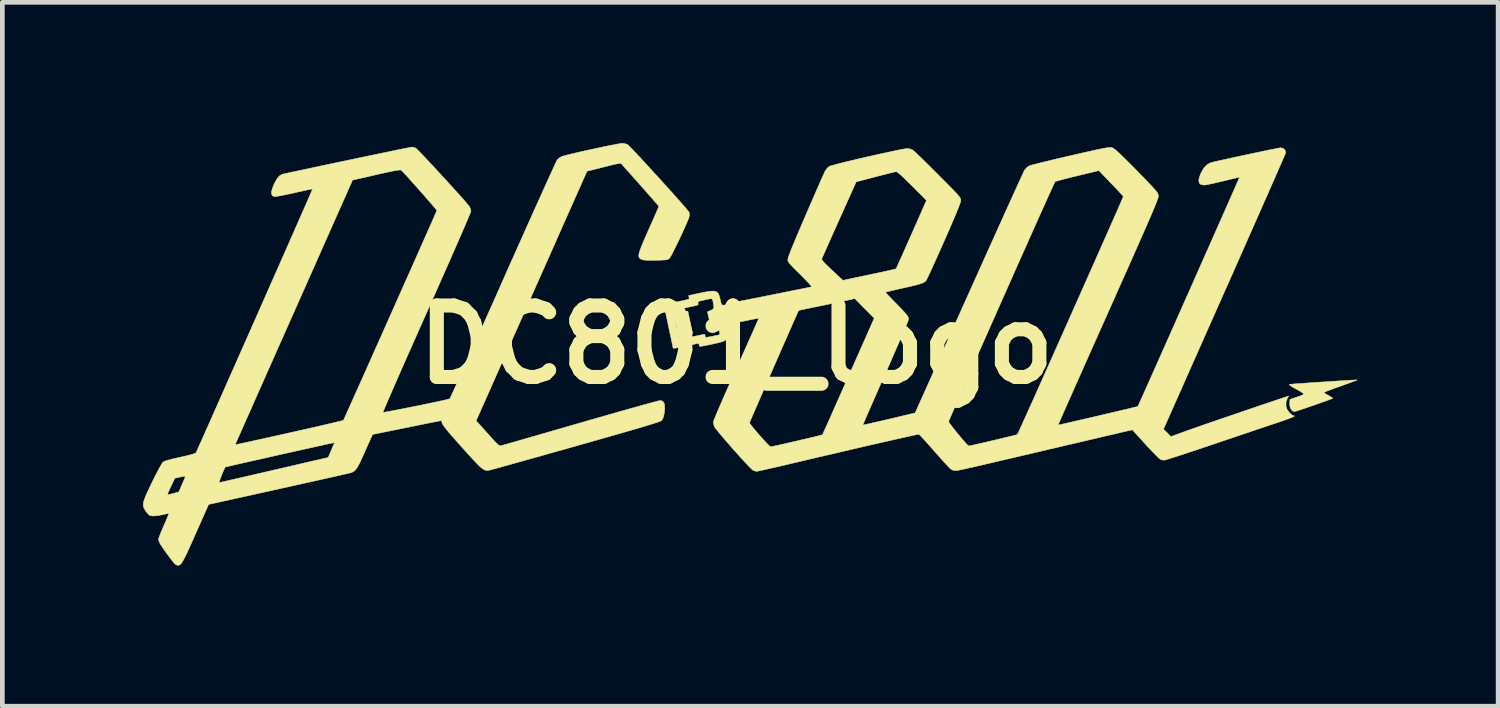
<source format=kicad_pcb>
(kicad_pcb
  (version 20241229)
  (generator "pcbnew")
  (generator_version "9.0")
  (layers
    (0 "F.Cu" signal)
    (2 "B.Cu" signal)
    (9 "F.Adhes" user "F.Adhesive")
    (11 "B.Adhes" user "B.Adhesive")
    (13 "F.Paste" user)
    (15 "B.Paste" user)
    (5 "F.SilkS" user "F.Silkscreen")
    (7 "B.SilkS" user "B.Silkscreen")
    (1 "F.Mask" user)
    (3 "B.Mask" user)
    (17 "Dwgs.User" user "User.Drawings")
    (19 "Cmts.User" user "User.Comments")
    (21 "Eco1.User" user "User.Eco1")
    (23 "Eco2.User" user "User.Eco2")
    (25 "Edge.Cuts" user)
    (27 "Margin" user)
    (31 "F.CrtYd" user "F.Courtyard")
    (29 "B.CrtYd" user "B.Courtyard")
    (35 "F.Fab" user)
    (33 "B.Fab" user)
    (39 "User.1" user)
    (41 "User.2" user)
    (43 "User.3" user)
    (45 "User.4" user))
  (footprint "DC801_logo"
    (layer "F.Cu")
    (at 12.649 4.297)
    (property "Reference" "DC801_logo" (at 0 0 0) (layer "F.SilkS") (effects (font (size 1.524 1.524) (thickness 0.3))))
    (attr through_hole)
    (fp_poly (pts (xy -1.033 -0.708) (xy -1.03 -0.691) (xy -1.021 -0.648) (xy -1.008 -0.585) (xy -0.992 -0.509) (xy -0.985 -0.477) (xy -0.969 -0.397) (xy -0.954 -0.329) (xy -0.944 -0.278) (xy -0.938 -0.251) (xy -0.938 -0.248) (xy -0.951 -0.241) (xy -0.977 -0.235) (xy -0.998 -0.233) (xy -1.012 -0.242) (xy -1.024 -0.268) (xy -1.036 -0.318) (xy -1.039 -0.332) (xy -1.064 -0.446) (xy -1.083 -0.532) (xy -1.096 -0.595) (xy -1.104 -0.639) (xy -1.108 -0.668) (xy -1.107 -0.685) (xy -1.104 -0.694) (xy -1.097 -0.699) (xy -1.095 -0.701) (xy -1.066 -0.713) (xy -1.041 -0.714) (xy -1.033 -0.708)) (stroke (width 0.01) (type solid)) (fill yes) (layer "F.SilkS"))
    (fp_poly (pts (xy 13.222 0.759) (xy 13.184 0.774) (xy 13.123 0.797) (xy 13.044 0.826) (xy 12.952 0.859) (xy 12.883 0.884) (xy 12.783 0.919) (xy 12.694 0.952) (xy 12.619 0.98) (xy 12.564 1.002) (xy 12.532 1.016) (xy 12.525 1.02) (xy 12.538 1.033) (xy 12.572 1.055) (xy 12.619 1.083) (xy 12.621 1.083) (xy 12.668 1.111) (xy 12.702 1.132) (xy 12.716 1.144) (xy 12.716 1.144) (xy 12.702 1.151) (xy 12.662 1.166) (xy 12.601 1.189) (xy 12.525 1.216) (xy 12.438 1.247) (xy 12.344 1.28) (xy 12.248 1.313) (xy 12.155 1.345) (xy 12.07 1.374) (xy 11.997 1.398) (xy 11.942 1.416) (xy 11.908 1.426) (xy 11.902 1.428) (xy 11.872 1.421) (xy 11.843 1.4) (xy 11.809 1.351) (xy 11.796 1.287) (xy 11.797 1.23) (xy 11.802 1.168) (xy 11.959 1.114) (xy 12.024 1.092) (xy 12.067 1.075) (xy 12.089 1.06) (xy 12.087 1.043) (xy 12.062 1.021) (xy 12.011 0.991) (xy 11.935 0.948) (xy 11.907 0.933) (xy 11.842 0.895) (xy 11.8 0.868) (xy 11.784 0.851) (xy 11.788 0.847) (xy 11.82 0.844) (xy 11.878 0.839) (xy 11.958 0.833) (xy 12.056 0.826) (xy 12.168 0.818) (xy 12.29 0.81) (xy 12.419 0.801) (xy 12.551 0.793) (xy 12.681 0.784) (xy 12.806 0.776) (xy 12.922 0.769) (xy 13.026 0.763) (xy 13.112 0.757) (xy 13.179 0.754) (xy 13.221 0.752) (xy 13.235 0.752) (xy 13.222 0.759)) (stroke (width 0.01) (type solid)) (fill yes) (layer "F.SilkS"))
    (fp_poly (pts (xy -0.445 -1.134) (xy -0.407 -1.114) (xy -0.381 -1.08) (xy -0.362 -1.032) (xy -0.35 -0.985) (xy -0.335 -0.918) (xy -0.324 -0.876) (xy -0.312 -0.854) (xy -0.295 -0.844) (xy -0.27 -0.842) (xy -0.253 -0.842) (xy -0.203 -0.836) (xy -0.16 -0.812) (xy -0.133 -0.79) (xy -0.096 -0.75) (xy -0.076 -0.71) (xy -0.068 -0.656) (xy -0.072 -0.574) (xy -0.101 -0.506) (xy -0.152 -0.457) (xy -0.176 -0.444) (xy -0.21 -0.427) (xy -0.219 -0.404) (xy -0.216 -0.375) (xy -0.209 -0.332) (xy -0.202 -0.272) (xy -0.197 -0.23) (xy -0.194 -0.181) (xy -0.198 -0.143) (xy -0.212 -0.113) (xy -0.241 -0.088) (xy -0.289 -0.067) (xy -0.358 -0.046) (xy -0.453 -0.024) (xy -0.516 -0.01) (xy -0.602 0.008) (xy -0.677 0.023) (xy -0.736 0.033) (xy -0.773 0.038) (xy -0.782 0.038) (xy -0.793 0.017) (xy -0.795 -0.001) (xy -0.802 -0.024) (xy -0.828 -0.025) (xy -0.831 -0.024) (xy -0.897 -0.009) (xy -0.975 0.008) (xy -1.059 0.026) (xy -1.141 0.043) (xy -1.215 0.058) (xy -1.276 0.07) (xy -1.316 0.078) (xy -1.33 0.079) (xy -1.349 0.073) (xy -1.351 0.068) (xy -1.354 0.05) (xy -1.363 0.005) (xy -1.378 -0.063) (xy -1.396 -0.15) (xy -1.418 -0.252) (xy -1.442 -0.365) (xy -1.448 -0.394) (xy -1.472 -0.509) (xy -1.494 -0.613) (xy -1.513 -0.704) (xy -1.514 -0.709) (xy -1.346 -0.709) (xy -1.342 -0.673) (xy -1.34 -0.662) (xy -1.332 -0.624) (xy -1.318 -0.61) (xy -1.289 -0.611) (xy -1.278 -0.613) (xy -1.22 -0.623) (xy -1.188 -0.624) (xy -1.172 -0.615) (xy -1.168 -0.595) (xy -1.168 -0.588) (xy -1.173 -0.562) (xy -1.193 -0.546) (xy -1.235 -0.534) (xy -1.236 -0.534) (xy -1.274 -0.525) (xy -1.295 -0.512) (xy -1.3 -0.488) (xy -1.292 -0.446) (xy -1.282 -0.405) (xy -1.269 -0.361) (xy -1.254 -0.337) (xy -1.229 -0.329) (xy -1.184 -0.331) (xy -1.152 -0.335) (xy -1.119 -0.336) (xy -1.106 -0.323) (xy -1.105 -0.303) (xy -1.109 -0.277) (xy -1.129 -0.261) (xy -1.172 -0.25) (xy -1.172 -0.25) (xy -1.217 -0.237) (xy -1.237 -0.216) (xy -1.237 -0.179) (xy -1.23 -0.147) (xy -1.218 -0.119) (xy -1.209 -0.111) (xy -1.191 -0.114) (xy -1.147 -0.123) (xy -1.084 -0.136) (xy -1.007 -0.153) (xy -0.977 -0.159) (xy -0.893 -0.177) (xy -0.817 -0.193) (xy -0.756 -0.206) (xy -0.717 -0.215) (xy -0.711 -0.216) (xy -0.679 -0.219) (xy -0.668 -0.205) (xy -0.668 -0.195) (xy -0.664 -0.165) (xy -0.659 -0.156) (xy -0.642 -0.156) (xy -0.602 -0.161) (xy -0.548 -0.171) (xy -0.488 -0.182) (xy -0.431 -0.194) (xy -0.384 -0.205) (xy -0.357 -0.213) (xy -0.353 -0.214) (xy -0.354 -0.233) (xy -0.362 -0.281) (xy -0.378 -0.358) (xy -0.389 -0.405) (xy -0.397 -0.424) (xy -0.417 -0.432) (xy -0.458 -0.433) (xy -0.475 -0.432) (xy -0.523 -0.43) (xy -0.548 -0.435) (xy -0.56 -0.451) (xy -0.564 -0.463) (xy -0.572 -0.499) (xy -0.584 -0.552) (xy -0.595 -0.6) (xy -0.617 -0.699) (xy -0.547 -0.73) (xy -0.509 -0.748) (xy -0.488 -0.766) (xy -0.48 -0.792) (xy -0.483 -0.834) (xy -0.495 -0.896) (xy -0.502 -0.934) (xy -0.508 -0.959) (xy -0.52 -0.974) (xy -0.541 -0.978) (xy -0.578 -0.974) (xy -0.635 -0.962) (xy -0.718 -0.943) (xy -0.719 -0.943) (xy -0.775 -0.93) (xy -0.807 -0.919) (xy -0.819 -0.906) (xy -0.818 -0.888) (xy -0.817 -0.883) (xy -0.814 -0.87) (xy -0.813 -0.859) (xy -0.818 -0.851) (xy -0.835 -0.842) (xy -0.866 -0.833) (xy -0.915 -0.821) (xy -0.986 -0.806) (xy -1.084 -0.785) (xy -1.112 -0.779) (xy -1.193 -0.762) (xy -1.262 -0.746) (xy -1.313 -0.734) (xy -1.342 -0.727) (xy -1.346 -0.726) (xy -1.346 -0.709) (xy -1.514 -0.709) (xy -1.527 -0.775) (xy -1.536 -0.825) (xy -1.54 -0.848) (xy -1.539 -0.85) (xy -1.523 -0.854) (xy -1.48 -0.864) (xy -1.418 -0.879) (xy -1.341 -0.895) (xy -1.295 -0.905) (xy -1.193 -0.927) (xy -1.117 -0.943) (xy -1.065 -0.956) (xy -1.031 -0.965) (xy -1.013 -0.974) (xy -1.006 -0.984) (xy -1.007 -0.995) (xy -1.011 -1.009) (xy -1.011 -1.01) (xy -1.015 -1.039) (xy -1.012 -1.049) (xy -0.993 -1.052) (xy -0.95 -1.061) (xy -0.888 -1.074) (xy -0.812 -1.091) (xy -0.784 -1.097) (xy -0.663 -1.122) (xy -0.569 -1.137) (xy -0.497 -1.142) (xy -0.445 -1.134)) (stroke (width 0.01) (type solid)) (fill yes) (layer "F.SilkS"))
    (fp_poly (pts (xy -2.372 -4.284) (xy -2.324 -4.267) (xy -2.319 -4.264) (xy -2.298 -4.245) (xy -2.258 -4.205) (xy -2.202 -4.147) (xy -2.133 -4.074) (xy -2.052 -3.988) (xy -1.962 -3.891) (xy -1.866 -3.786) (xy -1.765 -3.675) (xy -1.661 -3.562) (xy -1.558 -3.448) (xy -1.457 -3.336) (xy -1.361 -3.229) (xy -1.271 -3.129) (xy -1.191 -3.038) (xy -1.123 -2.96) (xy -1.068 -2.897) (xy -1.03 -2.85) (xy -1.01 -2.824) (xy -1.007 -2.819) (xy -1.003 -2.774) (xy -1.006 -2.729) (xy -1.016 -2.697) (xy -1.038 -2.642) (xy -1.069 -2.569) (xy -1.108 -2.481) (xy -1.152 -2.385) (xy -1.199 -2.284) (xy -1.247 -2.183) (xy -1.294 -2.087) (xy -1.337 -2.001) (xy -1.374 -1.929) (xy -1.403 -1.876) (xy -1.422 -1.846) (xy -1.424 -1.844) (xy -1.441 -1.828) (xy -1.459 -1.817) (xy -1.485 -1.81) (xy -1.523 -1.805) (xy -1.58 -1.802) (xy -1.661 -1.799) (xy -1.694 -1.799) (xy -1.81 -1.797) (xy -1.897 -1.798) (xy -1.962 -1.802) (xy -2.008 -1.811) (xy -2.04 -1.824) (xy -2.058 -1.838) (xy -2.072 -1.856) (xy -2.08 -1.878) (xy -2.081 -1.908) (xy -2.074 -1.949) (xy -2.058 -2.002) (xy -2.033 -2.072) (xy -1.997 -2.161) (xy -1.949 -2.272) (xy -1.89 -2.407) (xy -1.868 -2.457) (xy -1.816 -2.572) (xy -1.769 -2.678) (xy -1.728 -2.771) (xy -1.695 -2.848) (xy -1.67 -2.905) (xy -1.656 -2.94) (xy -1.653 -2.948) (xy -1.663 -2.961) (xy -1.692 -2.995) (xy -1.737 -3.048) (xy -1.796 -3.116) (xy -1.867 -3.196) (xy -1.946 -3.286) (xy -2.032 -3.384) (xy -2.122 -3.485) (xy -2.213 -3.588) (xy -2.304 -3.69) (xy -2.392 -3.788) (xy -2.454 -3.858) (xy -2.467 -3.862) (xy -2.495 -3.862) (xy -2.54 -3.854) (xy -2.606 -3.841) (xy -2.696 -3.819) (xy -2.814 -3.79) (xy -2.828 -3.786) (xy -3.185 -3.696) (xy -4.366 -1.037) (xy -5.548 1.622) (xy -5.305 1.893) (xy -5.226 1.981) (xy -5.165 2.048) (xy -5.119 2.096) (xy -5.085 2.128) (xy -5.06 2.147) (xy -5.042 2.155) (xy -5.026 2.156) (xy -5.023 2.156) (xy -5.003 2.15) (xy -4.954 2.137) (xy -4.878 2.115) (xy -4.778 2.087) (xy -4.656 2.052) (xy -4.514 2.011) (xy -4.353 1.964) (xy -4.175 1.913) (xy -3.984 1.858) (xy -3.78 1.799) (xy -3.566 1.737) (xy -3.343 1.673) (xy -3.332 1.67) (xy -3.109 1.605) (xy -2.894 1.544) (xy -2.688 1.485) (xy -2.495 1.43) (xy -2.316 1.379) (xy -2.153 1.333) (xy -2.009 1.293) (xy -1.884 1.258) (xy -1.781 1.231) (xy -1.703 1.21) (xy -1.652 1.197) (xy -1.628 1.192) (xy -1.628 1.192) (xy -1.58 1.202) (xy -1.547 1.233) (xy -1.53 1.286) (xy -1.528 1.364) (xy -1.539 1.469) (xy -1.542 1.486) (xy -1.562 1.566) (xy -1.594 1.617) (xy -1.594 1.618) (xy -1.605 1.625) (xy -1.627 1.635) (xy -1.66 1.647) (xy -1.706 1.663) (xy -1.767 1.683) (xy -1.845 1.707) (xy -1.94 1.736) (xy -2.054 1.77) (xy -2.19 1.81) (xy -2.347 1.855) (xy -2.528 1.907) (xy -2.734 1.966) (xy -2.967 2.033) (xy -3.228 2.107) (xy -3.427 2.163) (xy -3.659 2.229) (xy -3.884 2.292) (xy -4.1 2.353) (xy -4.303 2.41) (xy -4.493 2.463) (xy -4.667 2.512) (xy -4.823 2.556) (xy -4.96 2.594) (xy -5.075 2.626) (xy -5.166 2.651) (xy -5.232 2.668) (xy -5.27 2.678) (xy -5.279 2.68) (xy -5.309 2.683) (xy -5.338 2.681) (xy -5.368 2.671) (xy -5.402 2.652) (xy -5.442 2.622) (xy -5.49 2.577) (xy -5.55 2.517) (xy -5.623 2.439) (xy -5.712 2.342) (xy -5.82 2.222) (xy -5.82 2.222) (xy -5.933 2.095) (xy -6.027 1.989) (xy -6.103 1.902) (xy -6.162 1.832) (xy -6.207 1.776) (xy -6.24 1.733) (xy -6.261 1.7) (xy -6.273 1.675) (xy -6.278 1.656) (xy -6.278 1.651) (xy -6.284 1.626) (xy -6.29 1.621) (xy -6.308 1.624) (xy -6.353 1.632) (xy -6.424 1.646) (xy -6.516 1.664) (xy -6.627 1.686) (xy -6.754 1.712) (xy -6.893 1.74) (xy -7.029 1.768) (xy -7.756 1.915) (xy -7.918 2.277) (xy -7.973 2.4) (xy -8.018 2.497) (xy -8.056 2.572) (xy -8.089 2.627) (xy -8.118 2.667) (xy -8.147 2.695) (xy -8.177 2.714) (xy -8.211 2.728) (xy -8.221 2.732) (xy -8.244 2.737) (xy -8.295 2.75) (xy -8.374 2.767) (xy -8.476 2.791) (xy -8.601 2.819) (xy -8.745 2.851) (xy -8.908 2.888) (xy -9.086 2.927) (xy -9.277 2.97) (xy -9.479 3.015) (xy -9.69 3.062) (xy -9.762 3.078) (xy -11.251 3.407) (xy -11.526 4.025) (xy -11.597 4.185) (xy -11.656 4.317) (xy -11.706 4.426) (xy -11.748 4.512) (xy -11.782 4.579) (xy -11.81 4.628) (xy -11.834 4.663) (xy -11.855 4.686) (xy -11.874 4.699) (xy -11.893 4.704) (xy -11.904 4.705) (xy -11.937 4.696) (xy -11.963 4.681) (xy -11.984 4.661) (xy -12.018 4.619) (xy -12.062 4.562) (xy -12.112 4.496) (xy -12.163 4.426) (xy -12.211 4.358) (xy -12.252 4.297) (xy -12.283 4.249) (xy -12.294 4.229) (xy -12.311 4.185) (xy -12.319 4.148) (xy -12.312 4.122) (xy -12.295 4.073) (xy -12.269 4.007) (xy -12.236 3.928) (xy -12.206 3.859) (xy -12.17 3.777) (xy -12.139 3.705) (xy -12.116 3.648) (xy -12.102 3.612) (xy -12.099 3.6) (xy -12.116 3.601) (xy -12.156 3.608) (xy -12.212 3.62) (xy -12.231 3.625) (xy -12.345 3.647) (xy -12.433 3.654) (xy -12.494 3.646) (xy -12.51 3.64) (xy -12.535 3.618) (xy -12.569 3.579) (xy -12.592 3.548) (xy -12.617 3.509) (xy -12.635 3.472) (xy -12.644 3.435) (xy -12.644 3.392) (xy -12.635 3.342) (xy -12.614 3.279) (xy -12.582 3.201) (xy -12.575 3.186) (xy -12.128 3.186) (xy -12.113 3.193) (xy -12.07 3.189) (xy -12 3.171) (xy -11.98 3.166) (xy -11.887 3.139) (xy -11.815 2.976) (xy -11.796 2.933) (xy -11.026 2.933) (xy -11.026 2.941) (xy -11.008 2.937) (xy -10.961 2.927) (xy -10.888 2.911) (xy -10.792 2.889) (xy -10.675 2.862) (xy -10.538 2.831) (xy -10.386 2.796) (xy -10.22 2.757) (xy -10.042 2.716) (xy -9.856 2.673) (xy -9.855 2.673) (xy -8.702 2.405) (xy -8.635 2.249) (xy -8.608 2.185) (xy -8.586 2.133) (xy -8.574 2.099) (xy -8.571 2.089) (xy -8.587 2.092) (xy -8.631 2.101) (xy -8.699 2.116) (xy -8.791 2.136) (xy -8.901 2.161) (xy -9.028 2.189) (xy -9.168 2.22) (xy -9.318 2.253) (xy -9.476 2.289) (xy -9.639 2.325) (xy -9.804 2.362) (xy -9.967 2.399) (xy -10.126 2.435) (xy -10.278 2.469) (xy -10.42 2.501) (xy -10.549 2.53) (xy -10.662 2.556) (xy -10.756 2.578) (xy -10.828 2.594) (xy -10.876 2.606) (xy -10.896 2.611) (xy -10.897 2.611) (xy -10.911 2.637) (xy -10.932 2.682) (xy -10.956 2.738) (xy -10.98 2.798) (xy -11.001 2.855) (xy -11.018 2.902) (xy -11.026 2.933) (xy -11.796 2.933) (xy -11.786 2.91) (xy -11.764 2.856) (xy -11.751 2.82) (xy -11.748 2.806) (xy -11.765 2.807) (xy -11.805 2.813) (xy -11.859 2.824) (xy -11.864 2.825) (xy -11.973 2.849) (xy -12.05 3.013) (xy -12.081 3.079) (xy -12.106 3.134) (xy -12.123 3.172) (xy -12.128 3.186) (xy -12.575 3.186) (xy -12.537 3.103) (xy -12.479 2.982) (xy -12.451 2.924) (xy -12.389 2.798) (xy -12.334 2.691) (xy -12.288 2.606) (xy -12.251 2.544) (xy -12.227 2.509) (xy -12.22 2.502) (xy -12.186 2.485) (xy -12.12 2.464) (xy -12.023 2.438) (xy -11.894 2.408) (xy -11.858 2.4) (xy -11.729 2.371) (xy -11.63 2.346) (xy -11.563 2.326) (xy -11.527 2.311) (xy -11.521 2.305) (xy -11.512 2.287) (xy -11.492 2.242) (xy -11.46 2.171) (xy -11.435 2.116) (xy -10.679 2.116) (xy -10.671 2.128) (xy -10.663 2.13) (xy -10.644 2.126) (xy -10.597 2.116) (xy -10.524 2.101) (xy -10.427 2.08) (xy -10.309 2.054) (xy -10.173 2.024) (xy -10.021 1.99) (xy -9.855 1.953) (xy -9.678 1.914) (xy -9.517 1.878) (xy -9.332 1.837) (xy -9.157 1.797) (xy -8.993 1.76) (xy -8.844 1.725) (xy -8.71 1.694) (xy -8.596 1.668) (xy -8.503 1.645) (xy -8.434 1.628) (xy -8.391 1.617) (xy -8.377 1.612) (xy -8.37 1.597) (xy -8.35 1.554) (xy -8.32 1.486) (xy -8.279 1.395) (xy -8.228 1.283) (xy -8.169 1.151) (xy -8.102 1.001) (xy -8.028 0.836) (xy -7.948 0.658) (xy -7.863 0.467) (xy -7.774 0.267) (xy -7.681 0.058) (xy -7.585 -0.156) (xy -7.488 -0.374) (xy -7.39 -0.595) (xy -7.291 -0.816) (xy -7.194 -1.035) (xy -7.098 -1.251) (xy -7.004 -1.461) (xy -6.914 -1.663) (xy -6.828 -1.857) (xy -6.748 -2.039) (xy -6.673 -2.208) (xy -6.605 -2.361) (xy -6.544 -2.498) (xy -6.492 -2.616) (xy -6.449 -2.713) (xy -6.417 -2.787) (xy -6.395 -2.836) (xy -6.386 -2.859) (xy -6.385 -2.86) (xy -6.395 -2.874) (xy -6.423 -2.908) (xy -6.466 -2.959) (xy -6.522 -3.024) (xy -6.588 -3.1) (xy -6.66 -3.183) (xy -6.737 -3.27) (xy -6.815 -3.358) (xy -6.891 -3.443) (xy -6.962 -3.522) (xy -7.025 -3.593) (xy -7.079 -3.651) (xy -7.118 -3.693) (xy -7.142 -3.717) (xy -7.144 -3.719) (xy -7.157 -3.723) (xy -7.181 -3.723) (xy -7.221 -3.718) (xy -7.279 -3.709) (xy -7.357 -3.693) (xy -7.459 -3.671) (xy -7.587 -3.643) (xy -7.675 -3.623) (xy -8.183 -3.507) (xy -9.428 -0.702) (xy -9.554 -0.419) (xy -9.676 -0.143) (xy -9.795 0.123) (xy -9.908 0.379) (xy -10.017 0.624) (xy -10.119 0.854) (xy -10.215 1.07) (xy -10.303 1.27) (xy -10.384 1.452) (xy -10.457 1.615) (xy -10.52 1.758) (xy -10.573 1.879) (xy -10.617 1.976) (xy -10.649 2.049) (xy -10.67 2.096) (xy -10.679 2.116) (xy -10.679 2.116) (xy -11.435 2.116) (xy -11.417 2.077) (xy -11.365 1.96) (xy -11.305 1.823) (xy -11.235 1.668) (xy -11.159 1.495) (xy -11.076 1.308) (xy -10.987 1.107) (xy -10.892 0.894) (xy -10.794 0.671) (xy -10.691 0.44) (xy -10.586 0.202) (xy -10.479 -0.04) (xy -10.37 -0.286) (xy -10.26 -0.534) (xy -10.151 -0.781) (xy -10.043 -1.026) (xy -9.936 -1.268) (xy -9.832 -1.505) (xy -9.73 -1.734) (xy -9.633 -1.955) (xy -9.54 -2.165) (xy -9.453 -2.363) (xy -9.372 -2.548) (xy -9.298 -2.716) (xy -9.231 -2.868) (xy -9.173 -3) (xy -9.124 -3.112) (xy -9.085 -3.202) (xy -9.057 -3.267) (xy -9.04 -3.306) (xy -9.035 -3.318) (xy -9.052 -3.316) (xy -9.095 -3.308) (xy -9.16 -3.295) (xy -9.244 -3.276) (xy -9.342 -3.255) (xy -9.432 -3.234) (xy -9.541 -3.21) (xy -9.64 -3.19) (xy -9.726 -3.173) (xy -9.794 -3.161) (xy -9.839 -3.155) (xy -9.855 -3.155) (xy -9.892 -3.176) (xy -9.91 -3.211) (xy -9.91 -3.262) (xy -9.891 -3.334) (xy -9.853 -3.427) (xy -9.847 -3.44) (xy -9.795 -3.535) (xy -9.739 -3.599) (xy -9.683 -3.631) (xy -9.659 -3.637) (xy -9.608 -3.649) (xy -9.531 -3.665) (xy -9.432 -3.687) (xy -9.313 -3.712) (xy -9.177 -3.741) (xy -9.026 -3.773) (xy -8.865 -3.808) (xy -8.694 -3.844) (xy -8.517 -3.881) (xy -8.337 -3.919) (xy -8.157 -3.957) (xy -7.979 -3.994) (xy -7.805 -4.03) (xy -7.64 -4.065) (xy -7.484 -4.097) (xy -7.342 -4.127) (xy -7.216 -4.153) (xy -7.108 -4.175) (xy -7.022 -4.192) (xy -6.96 -4.205) (xy -6.925 -4.211) (xy -6.918 -4.212) (xy -6.876 -4.205) (xy -6.837 -4.19) (xy -6.818 -4.174) (xy -6.78 -4.136) (xy -6.726 -4.081) (xy -6.658 -4.011) (xy -6.58 -3.927) (xy -6.492 -3.834) (xy -6.399 -3.733) (xy -6.302 -3.628) (xy -6.204 -3.521) (xy -6.107 -3.415) (xy -6.015 -3.313) (xy -5.929 -3.218) (xy -5.852 -3.132) (xy -5.787 -3.058) (xy -5.736 -2.998) (xy -5.701 -2.956) (xy -5.686 -2.936) (xy -5.667 -2.889) (xy -5.659 -2.845) (xy -5.659 -2.843) (xy -5.665 -2.824) (xy -5.684 -2.778) (xy -5.714 -2.706) (xy -5.755 -2.609) (xy -5.806 -2.49) (xy -5.866 -2.351) (xy -5.936 -2.192) (xy -6.013 -2.016) (xy -6.097 -1.824) (xy -6.188 -1.618) (xy -6.285 -1.4) (xy -6.386 -1.17) (xy -6.492 -0.931) (xy -6.602 -0.685) (xy -6.603 -0.682) (xy -6.713 -0.436) (xy -6.818 -0.198) (xy -6.92 0.03) (xy -7.016 0.247) (xy -7.106 0.451) (xy -7.189 0.64) (xy -7.265 0.814) (xy -7.333 0.97) (xy -7.393 1.106) (xy -7.443 1.222) (xy -7.483 1.315) (xy -7.512 1.384) (xy -7.529 1.427) (xy -7.534 1.443) (xy -7.534 1.443) (xy -7.515 1.442) (xy -7.468 1.435) (xy -7.398 1.422) (xy -7.308 1.405) (xy -7.203 1.385) (xy -7.085 1.362) (xy -6.96 1.337) (xy -6.831 1.311) (xy -6.702 1.285) (xy -6.576 1.259) (xy -6.457 1.234) (xy -6.35 1.211) (xy -6.258 1.191) (xy -6.185 1.174) (xy -6.135 1.162) (xy -6.111 1.155) (xy -6.11 1.154) (xy -6.102 1.138) (xy -6.081 1.094) (xy -6.049 1.024) (xy -6.006 0.93) (xy -5.953 0.812) (xy -5.89 0.673) (xy -5.819 0.514) (xy -5.739 0.336) (xy -5.652 0.142) (xy -5.557 -0.069) (xy -5.457 -0.294) (xy -5.351 -0.531) (xy -5.24 -0.779) (xy -5.125 -1.037) (xy -5.007 -1.303) (xy -4.975 -1.375) (xy -4.856 -1.644) (xy -4.739 -1.905) (xy -4.627 -2.157) (xy -4.519 -2.399) (xy -4.416 -2.629) (xy -4.319 -2.845) (xy -4.228 -3.046) (xy -4.145 -3.231) (xy -4.07 -3.397) (xy -4.003 -3.544) (xy -3.946 -3.67) (xy -3.899 -3.774) (xy -3.862 -3.853) (xy -3.837 -3.906) (xy -3.824 -3.933) (xy -3.822 -3.935) (xy -3.783 -3.974) (xy -3.733 -4.006) (xy -3.725 -4.01) (xy -3.692 -4.021) (xy -3.633 -4.037) (xy -3.551 -4.057) (xy -3.451 -4.081) (xy -3.338 -4.107) (xy -3.216 -4.135) (xy -3.089 -4.162) (xy -2.962 -4.19) (xy -2.839 -4.216) (xy -2.724 -4.24) (xy -2.621 -4.26) (xy -2.536 -4.276) (xy -2.473 -4.287) (xy -2.435 -4.291) (xy -2.431 -4.292) (xy -2.372 -4.284)) (stroke (width 0.01) (type solid)) (fill yes) (layer "F.SilkS"))
    (fp_poly (pts (xy 7.99 -4.205) (xy 7.992 -4.204) (xy 8.015 -4.197) (xy 8.041 -4.183) (xy 8.075 -4.158) (xy 8.12 -4.12) (xy 8.178 -4.066) (xy 8.252 -3.994) (xy 8.319 -3.929) (xy 8.411 -3.837) (xy 8.511 -3.736) (xy 8.611 -3.634) (xy 8.704 -3.538) (xy 8.782 -3.456) (xy 8.791 -3.446) (xy 8.863 -3.37) (xy 8.916 -3.312) (xy 8.952 -3.269) (xy 8.976 -3.237) (xy 8.989 -3.212) (xy 8.995 -3.189) (xy 8.996 -3.165) (xy 8.996 -3.159) (xy 8.995 -3.146) (xy 8.989 -3.125) (xy 8.978 -3.094) (xy 8.963 -3.052) (xy 8.941 -2.998) (xy 8.914 -2.931) (xy 8.88 -2.85) (xy 8.839 -2.753) (xy 8.79 -2.64) (xy 8.732 -2.508) (xy 8.666 -2.357) (xy 8.59 -2.185) (xy 8.505 -1.992) (xy 8.409 -1.775) (xy 8.302 -1.535) (xy 8.183 -1.269) (xy 8.053 -0.976) (xy 7.926 -0.691) (xy 7.809 -0.429) (xy 7.696 -0.176) (xy 7.587 0.069) (xy 7.483 0.302) (xy 7.385 0.523) (xy 7.293 0.73) (xy 7.208 0.921) (xy 7.131 1.096) (xy 7.061 1.252) (xy 7.001 1.387) (xy 6.951 1.502) (xy 6.911 1.593) (xy 6.882 1.66) (xy 6.864 1.7) (xy 6.859 1.713) (xy 6.875 1.711) (xy 6.918 1.702) (xy 6.985 1.687) (xy 7.073 1.667) (xy 7.178 1.643) (xy 7.297 1.615) (xy 7.426 1.585) (xy 7.563 1.554) (xy 7.703 1.521) (xy 7.843 1.488) (xy 7.98 1.456) (xy 8.11 1.425) (xy 8.23 1.397) (xy 8.337 1.372) (xy 8.426 1.35) (xy 8.495 1.333) (xy 8.541 1.322) (xy 8.559 1.316) (xy 8.56 1.316) (xy 8.567 1.301) (xy 8.586 1.258) (xy 8.617 1.191) (xy 8.658 1.099) (xy 8.708 0.986) (xy 8.767 0.854) (xy 8.835 0.703) (xy 8.909 0.536) (xy 8.99 0.354) (xy 9.076 0.16) (xy 9.167 -0.044) (xy 9.262 -0.258) (xy 9.36 -0.478) (xy 9.46 -0.704) (xy 9.561 -0.933) (xy 9.664 -1.163) (xy 9.766 -1.394) (xy 9.867 -1.622) (xy 9.966 -1.846) (xy 10.063 -2.064) (xy 10.156 -2.275) (xy 10.245 -2.476) (xy 10.329 -2.666) (xy 10.408 -2.843) (xy 10.479 -3.005) (xy 10.543 -3.15) (xy 10.599 -3.277) (xy 10.646 -3.383) (xy 10.682 -3.467) (xy 10.709 -3.527) (xy 10.723 -3.561) (xy 10.726 -3.568) (xy 10.71 -3.566) (xy 10.667 -3.556) (xy 10.603 -3.542) (xy 10.521 -3.522) (xy 10.426 -3.499) (xy 10.379 -3.487) (xy 10.276 -3.463) (xy 10.178 -3.44) (xy 10.093 -3.422) (xy 10.026 -3.409) (xy 9.982 -3.403) (xy 9.973 -3.402) (xy 9.91 -3.411) (xy 9.871 -3.44) (xy 9.857 -3.489) (xy 9.867 -3.559) (xy 9.901 -3.649) (xy 9.908 -3.665) (xy 9.963 -3.761) (xy 10.025 -3.828) (xy 10.096 -3.872) (xy 10.103 -3.875) (xy 10.13 -3.883) (xy 10.183 -3.896) (xy 10.26 -3.914) (xy 10.356 -3.935) (xy 10.468 -3.96) (xy 10.59 -3.987) (xy 10.721 -4.015) (xy 10.855 -4.044) (xy 10.99 -4.073) (xy 11.12 -4.1) (xy 11.243 -4.126) (xy 11.354 -4.149) (xy 11.45 -4.168) (xy 11.527 -4.183) (xy 11.58 -4.193) (xy 11.607 -4.196) (xy 11.607 -4.196) (xy 11.657 -4.184) (xy 11.694 -4.151) (xy 11.711 -4.108) (xy 11.709 -4.087) (xy 11.702 -4.069) (xy 11.683 -4.023) (xy 11.651 -3.95) (xy 11.609 -3.853) (xy 11.556 -3.732) (xy 11.494 -3.589) (xy 11.422 -3.426) (xy 11.342 -3.243) (xy 11.253 -3.043) (xy 11.158 -2.826) (xy 11.055 -2.593) (xy 10.946 -2.348) (xy 10.832 -2.089) (xy 10.713 -1.82) (xy 10.59 -1.542) (xy 10.463 -1.255) (xy 10.403 -1.122) (xy 9.106 1.802) (xy 9.185 1.881) (xy 9.264 1.96) (xy 9.619 1.831) (xy 9.676 1.811) (xy 9.757 1.783) (xy 9.856 1.748) (xy 9.973 1.707) (xy 10.104 1.662) (xy 10.246 1.613) (xy 10.396 1.562) (xy 10.551 1.509) (xy 10.709 1.455) (xy 10.866 1.401) (xy 11.019 1.349) (xy 11.167 1.299) (xy 11.304 1.252) (xy 11.43 1.21) (xy 11.54 1.173) (xy 11.633 1.142) (xy 11.704 1.118) (xy 11.751 1.103) (xy 11.772 1.097) (xy 11.773 1.097) (xy 11.769 1.109) (xy 11.752 1.138) (xy 11.746 1.148) (xy 11.72 1.218) (xy 11.717 1.299) (xy 11.731 1.362) (xy 11.753 1.401) (xy 11.785 1.443) (xy 11.822 1.481) (xy 11.854 1.505) (xy 11.868 1.51) (xy 11.893 1.52) (xy 11.896 1.525) (xy 11.885 1.533) (xy 11.846 1.55) (xy 11.786 1.574) (xy 11.707 1.603) (xy 11.614 1.636) (xy 11.536 1.662) (xy 11.454 1.689) (xy 11.346 1.725) (xy 11.216 1.769) (xy 11.067 1.819) (xy 10.904 1.875) (xy 10.729 1.933) (xy 10.548 1.995) (xy 10.363 2.057) (xy 10.18 2.12) (xy 10.166 2.124) (xy 9.994 2.182) (xy 9.83 2.237) (xy 9.677 2.288) (xy 9.537 2.334) (xy 9.413 2.375) (xy 9.308 2.409) (xy 9.223 2.435) (xy 9.162 2.454) (xy 9.128 2.463) (xy 9.122 2.464) (xy 9.073 2.457) (xy 9.039 2.446) (xy 9.018 2.43) (xy 8.98 2.394) (xy 8.926 2.34) (xy 8.862 2.273) (xy 8.789 2.196) (xy 8.721 2.122) (xy 8.442 1.816) (xy 8.342 1.839) (xy 8.312 1.846) (xy 8.254 1.859) (xy 8.17 1.879) (xy 8.061 1.905) (xy 7.93 1.935) (xy 7.78 1.97) (xy 7.612 2.01) (xy 7.429 2.053) (xy 7.233 2.099) (xy 7.026 2.147) (xy 6.81 2.198) (xy 6.684 2.227) (xy 6.398 2.295) (xy 6.141 2.355) (xy 5.912 2.409) (xy 5.709 2.456) (xy 5.53 2.498) (xy 5.374 2.534) (xy 5.239 2.566) (xy 5.124 2.592) (xy 5.026 2.615) (xy 4.945 2.633) (xy 4.878 2.648) (xy 4.824 2.66) (xy 4.781 2.669) (xy 4.748 2.676) (xy 4.724 2.681) (xy 4.705 2.684) (xy 4.691 2.685) (xy 4.68 2.686) (xy 4.671 2.686) (xy 4.667 2.686) (xy 4.617 2.677) (xy 4.576 2.658) (xy 4.555 2.64) (xy 4.517 2.6) (xy 4.463 2.543) (xy 4.398 2.471) (xy 4.325 2.389) (xy 4.245 2.299) (xy 4.222 2.273) (xy 4.143 2.183) (xy 4.07 2.101) (xy 4.005 2.029) (xy 3.952 1.972) (xy 3.914 1.932) (xy 3.893 1.913) (xy 3.89 1.911) (xy 3.871 1.914) (xy 3.823 1.923) (xy 3.748 1.939) (xy 3.649 1.961) (xy 3.526 1.989) (xy 3.382 2.021) (xy 3.219 2.058) (xy 3.039 2.099) (xy 2.843 2.144) (xy 2.635 2.192) (xy 2.415 2.243) (xy 2.186 2.297) (xy 1.95 2.352) (xy 1.708 2.408) (xy 1.464 2.466) (xy 1.217 2.524) (xy 1.173 2.534) (xy 1.027 2.569) (xy 0.889 2.601) (xy 0.764 2.629) (xy 0.654 2.654) (xy 0.563 2.675) (xy 0.494 2.69) (xy 0.449 2.699) (xy 0.434 2.702) (xy 0.399 2.695) (xy 0.357 2.68) (xy 0.357 2.68) (xy 0.336 2.663) (xy 0.297 2.626) (xy 0.244 2.571) (xy 0.178 2.501) (xy 0.105 2.421) (xy 0.025 2.332) (xy -0.058 2.24) (xy -0.14 2.146) (xy -0.219 2.055) (xy -0.293 1.969) (xy -0.358 1.892) (xy -0.411 1.827) (xy -0.449 1.778) (xy -0.469 1.748) (xy -0.47 1.747) (xy -0.489 1.678) (xy -0.489 1.665) (xy 0.28 1.665) (xy 0.29 1.684) (xy 0.317 1.722) (xy 0.358 1.774) (xy 0.41 1.836) (xy 0.467 1.903) (xy 0.528 1.972) (xy 0.587 2.037) (xy 0.64 2.095) (xy 0.685 2.14) (xy 0.717 2.169) (xy 0.73 2.178) (xy 0.752 2.174) (xy 0.8 2.164) (xy 0.872 2.149) (xy 0.964 2.128) (xy 1.071 2.104) (xy 1.191 2.076) (xy 1.293 2.053) (xy 1.419 2.023) (xy 1.534 1.996) (xy 1.636 1.972) (xy 1.72 1.951) (xy 1.784 1.935) (xy 1.823 1.925) (xy 1.835 1.922) (xy 1.842 1.906) (xy 1.861 1.864) (xy 1.891 1.797) (xy 1.931 1.708) (xy 1.981 1.598) (xy 2.038 1.469) (xy 2.102 1.324) (xy 2.173 1.165) (xy 2.249 0.993) (xy 2.33 0.812) (xy 2.39 0.676) (xy 2.939 -0.564) (xy 2.731 -0.773) (xy 2.523 -0.982) (xy 2.426 -0.959) (xy 2.386 -0.95) (xy 2.32 -0.936) (xy 2.232 -0.917) (xy 2.127 -0.895) (xy 2.01 -0.871) (xy 1.885 -0.845) (xy 1.83 -0.834) (xy 1.709 -0.809) (xy 1.598 -0.786) (xy 1.501 -0.766) (xy 1.422 -0.749) (xy 1.365 -0.737) (xy 1.333 -0.729) (xy 1.327 -0.728) (xy 1.319 -0.712) (xy 1.3 -0.67) (xy 1.271 -0.604) (xy 1.232 -0.516) (xy 1.185 -0.41) (xy 1.132 -0.289) (xy 1.072 -0.153) (xy 1.008 -0.008) (xy 0.941 0.146) (xy 0.871 0.305) (xy 0.8 0.467) (xy 0.73 0.628) (xy 0.66 0.787) (xy 0.593 0.941) (xy 0.53 1.087) (xy 0.471 1.222) (xy 0.418 1.345) (xy 0.371 1.451) (xy 0.334 1.539) (xy 0.305 1.605) (xy 0.287 1.648) (xy 0.28 1.665) (xy -0.489 1.665) (xy -0.489 1.639) (xy -0.481 1.615) (xy -0.461 1.565) (xy -0.43 1.491) (xy -0.39 1.395) (xy -0.34 1.28) (xy -0.283 1.148) (xy -0.218 1.001) (xy -0.148 0.843) (xy -0.073 0.675) (xy -0.002 0.516) (xy 0.076 0.343) (xy 0.15 0.178) (xy 0.218 0.024) (xy 0.281 -0.116) (xy 0.337 -0.242) (xy 0.385 -0.35) (xy 0.424 -0.438) (xy 0.453 -0.503) (xy 0.471 -0.544) (xy 0.477 -0.559) (xy 0.462 -0.559) (xy 0.422 -0.553) (xy 0.36 -0.542) (xy 0.284 -0.527) (xy 0.227 -0.515) (xy 0.141 -0.497) (xy 0.067 -0.482) (xy 0.009 -0.47) (xy -0.027 -0.463) (xy -0.035 -0.461) (xy -0.034 -0.473) (xy -0.019 -0.502) (xy -0.007 -0.519) (xy 0.025 -0.593) (xy 0.031 -0.673) (xy 0.012 -0.75) (xy -0.032 -0.817) (xy -0.08 -0.856) (xy -0.128 -0.885) (xy 0.727 -1.055) (xy 0.888 -1.087) (xy 1.039 -1.118) (xy 1.179 -1.146) (xy 1.304 -1.171) (xy 1.41 -1.192) (xy 1.496 -1.21) (xy 1.559 -1.223) (xy 1.594 -1.23) (xy 1.602 -1.232) (xy 1.597 -1.245) (xy 1.572 -1.277) (xy 1.529 -1.325) (xy 1.47 -1.386) (xy 1.399 -1.459) (xy 1.359 -1.498) (xy 1.275 -1.581) (xy 1.211 -1.645) (xy 1.165 -1.694) (xy 1.133 -1.73) (xy 1.113 -1.758) (xy 1.102 -1.78) (xy 1.097 -1.8) (xy 1.097 -1.816) (xy 1.099 -1.826) (xy 1.819 -1.826) (xy 1.824 -1.808) (xy 1.847 -1.777) (xy 1.889 -1.731) (xy 1.953 -1.668) (xy 2.039 -1.586) (xy 2.041 -1.585) (xy 2.271 -1.37) (xy 2.331 -1.383) (xy 2.362 -1.39) (xy 2.419 -1.402) (xy 2.498 -1.419) (xy 2.596 -1.439) (xy 2.708 -1.463) (xy 2.83 -1.488) (xy 2.893 -1.502) (xy 3.015 -1.528) (xy 3.127 -1.552) (xy 3.224 -1.574) (xy 3.305 -1.592) (xy 3.363 -1.606) (xy 3.397 -1.615) (xy 3.404 -1.618) (xy 3.412 -1.634) (xy 3.432 -1.677) (xy 3.462 -1.743) (xy 3.501 -1.83) (xy 3.548 -1.934) (xy 3.601 -2.054) (xy 3.659 -2.185) (xy 3.722 -2.326) (xy 3.733 -2.352) (xy 4.053 -3.076) (xy 3.747 -3.382) (xy 3.642 -3.486) (xy 3.556 -3.569) (xy 3.488 -3.63) (xy 3.44 -3.67) (xy 3.413 -3.686) (xy 3.41 -3.687) (xy 3.386 -3.683) (xy 3.336 -3.672) (xy 3.265 -3.654) (xy 3.175 -3.632) (xy 3.073 -3.606) (xy 2.966 -3.578) (xy 2.554 -3.47) (xy 2.191 -2.662) (xy 2.123 -2.51) (xy 2.059 -2.368) (xy 2 -2.236) (xy 1.948 -2.117) (xy 1.902 -2.015) (xy 1.866 -1.933) (xy 1.839 -1.872) (xy 1.823 -1.835) (xy 1.819 -1.826) (xy 1.099 -1.826) (xy 1.101 -1.84) (xy 1.115 -1.884) (xy 1.139 -1.948) (xy 1.172 -2.035) (xy 1.217 -2.144) (xy 1.273 -2.279) (xy 1.341 -2.439) (xy 1.421 -2.626) (xy 1.48 -2.762) (xy 1.549 -2.922) (xy 1.615 -3.074) (xy 1.677 -3.217) (xy 1.734 -3.347) (xy 1.784 -3.461) (xy 1.827 -3.557) (xy 1.861 -3.632) (xy 1.884 -3.684) (xy 1.896 -3.708) (xy 1.93 -3.755) (xy 1.971 -3.794) (xy 1.98 -3.799) (xy 2.006 -3.809) (xy 2.059 -3.825) (xy 2.136 -3.846) (xy 2.234 -3.871) (xy 2.347 -3.899) (xy 2.473 -3.929) (xy 2.609 -3.961) (xy 2.749 -3.994) (xy 2.892 -4.026) (xy 3.032 -4.058) (xy 3.166 -4.087) (xy 3.291 -4.114) (xy 3.403 -4.138) (xy 3.498 -4.157) (xy 3.573 -4.171) (xy 3.624 -4.179) (xy 3.642 -4.18) (xy 3.703 -4.173) (xy 3.758 -4.148) (xy 3.777 -4.134) (xy 3.801 -4.113) (xy 3.845 -4.072) (xy 3.906 -4.014) (xy 3.981 -3.941) (xy 4.068 -3.856) (xy 4.163 -3.761) (xy 4.265 -3.66) (xy 4.311 -3.613) (xy 4.427 -3.497) (xy 4.522 -3.401) (xy 4.598 -3.324) (xy 4.658 -3.261) (xy 4.704 -3.213) (xy 4.737 -3.175) (xy 4.759 -3.146) (xy 4.773 -3.124) (xy 4.781 -3.106) (xy 4.784 -3.09) (xy 4.784 -3.075) (xy 4.781 -3.053) (xy 4.77 -3.016) (xy 4.751 -2.963) (xy 4.723 -2.892) (xy 4.686 -2.801) (xy 4.639 -2.688) (xy 4.58 -2.552) (xy 4.51 -2.39) (xy 4.428 -2.204) (xy 4.361 -2.053) (xy 4.297 -1.909) (xy 4.237 -1.777) (xy 4.183 -1.658) (xy 4.136 -1.555) (xy 4.097 -1.472) (xy 4.068 -1.41) (xy 4.049 -1.373) (xy 4.043 -1.364) (xy 4.024 -1.346) (xy 4.002 -1.33) (xy 3.973 -1.315) (xy 3.932 -1.3) (xy 3.876 -1.283) (xy 3.801 -1.263) (xy 3.703 -1.24) (xy 3.578 -1.211) (xy 3.56 -1.208) (xy 3.456 -1.184) (xy 3.362 -1.162) (xy 3.283 -1.143) (xy 3.224 -1.129) (xy 3.188 -1.12) (xy 3.18 -1.117) (xy 3.188 -1.105) (xy 3.216 -1.073) (xy 3.26 -1.026) (xy 3.316 -0.967) (xy 3.382 -0.9) (xy 3.396 -0.886) (xy 3.483 -0.797) (xy 3.549 -0.728) (xy 3.598 -0.675) (xy 3.632 -0.634) (xy 3.654 -0.602) (xy 3.666 -0.577) (xy 3.671 -0.554) (xy 3.671 -0.541) (xy 3.665 -0.52) (xy 3.647 -0.473) (xy 3.617 -0.401) (xy 3.578 -0.307) (xy 3.53 -0.194) (xy 3.473 -0.063) (xy 3.41 0.083) (xy 3.341 0.241) (xy 3.267 0.41) (xy 3.189 0.587) (xy 3.181 0.604) (xy 3.103 0.78) (xy 3.029 0.948) (xy 2.96 1.105) (xy 2.897 1.249) (xy 2.84 1.378) (xy 2.792 1.489) (xy 2.752 1.581) (xy 2.722 1.65) (xy 2.703 1.695) (xy 2.696 1.714) (xy 2.696 1.714) (xy 2.712 1.712) (xy 2.755 1.703) (xy 2.822 1.688) (xy 2.91 1.668) (xy 3.014 1.644) (xy 3.038 1.639) (xy 4.525 1.639) (xy 4.534 1.658) (xy 4.56 1.697) (xy 4.6 1.75) (xy 4.649 1.813) (xy 4.705 1.882) (xy 4.763 1.952) (xy 4.819 2.019) (xy 4.87 2.078) (xy 4.912 2.124) (xy 4.942 2.153) (xy 4.954 2.161) (xy 4.973 2.157) (xy 5.02 2.148) (xy 5.09 2.132) (xy 5.179 2.112) (xy 5.284 2.088) (xy 5.401 2.06) (xy 5.475 2.043) (xy 5.597 2.014) (xy 5.709 1.987) (xy 5.808 1.963) (xy 5.889 1.943) (xy 5.949 1.928) (xy 5.984 1.918) (xy 5.991 1.916) (xy 5.999 1.901) (xy 6.019 1.858) (xy 6.05 1.791) (xy 6.091 1.699) (xy 6.142 1.586) (xy 6.202 1.452) (xy 6.271 1.301) (xy 6.346 1.133) (xy 6.428 0.95) (xy 6.515 0.754) (xy 6.607 0.548) (xy 6.704 0.332) (xy 6.803 0.108) (xy 6.905 -0.121) (xy 7.009 -0.354) (xy 7.114 -0.589) (xy 7.218 -0.824) (xy 7.322 -1.058) (xy 7.424 -1.288) (xy 7.524 -1.513) (xy 7.621 -1.731) (xy 7.714 -1.941) (xy 7.802 -2.139) (xy 7.885 -2.326) (xy 7.961 -2.498) (xy 8.03 -2.655) (xy 8.091 -2.793) (xy 8.143 -2.912) (xy 8.186 -3.01) (xy 8.218 -3.085) (xy 8.239 -3.134) (xy 8.248 -3.157) (xy 8.249 -3.158) (xy 8.238 -3.173) (xy 8.208 -3.207) (xy 8.162 -3.257) (xy 8.103 -3.32) (xy 8.035 -3.392) (xy 7.988 -3.44) (xy 7.729 -3.71) (xy 7.272 -3.6) (xy 7.156 -3.572) (xy 7.049 -3.545) (xy 6.955 -3.521) (xy 6.879 -3.5) (xy 6.825 -3.485) (xy 6.797 -3.475) (xy 6.794 -3.474) (xy 6.786 -3.458) (xy 6.765 -3.415) (xy 6.734 -3.346) (xy 6.692 -3.254) (xy 6.64 -3.14) (xy 6.58 -3.006) (xy 6.511 -2.853) (xy 6.435 -2.684) (xy 6.353 -2.5) (xy 6.265 -2.304) (xy 6.173 -2.096) (xy 6.076 -1.879) (xy 5.976 -1.655) (xy 5.874 -1.424) (xy 5.77 -1.19) (xy 5.665 -0.954) (xy 5.56 -0.718) (xy 5.456 -0.483) (xy 5.354 -0.252) (xy 5.253 -0.025) (xy 5.156 0.194) (xy 5.063 0.405) (xy 4.975 0.605) (xy 4.892 0.793) (xy 4.816 0.967) (xy 4.747 1.125) (xy 4.685 1.265) (xy 4.633 1.386) (xy 4.59 1.485) (xy 4.557 1.561) (xy 4.535 1.613) (xy 4.526 1.637) (xy 4.525 1.639) (xy 3.038 1.639) (xy 3.132 1.617) (xy 3.255 1.588) (xy 3.811 1.456) (xy 4.959 -1.104) (xy 5.081 -1.375) (xy 5.2 -1.639) (xy 5.314 -1.894) (xy 5.425 -2.139) (xy 5.53 -2.372) (xy 5.629 -2.592) (xy 5.721 -2.797) (xy 5.807 -2.985) (xy 5.884 -3.156) (xy 5.953 -3.307) (xy 6.012 -3.437) (xy 6.062 -3.545) (xy 6.101 -3.63) (xy 6.128 -3.688) (xy 6.144 -3.72) (xy 6.146 -3.725) (xy 6.202 -3.785) (xy 6.252 -3.814) (xy 6.28 -3.823) (xy 6.336 -3.839) (xy 6.416 -3.859) (xy 6.518 -3.885) (xy 6.639 -3.914) (xy 6.774 -3.947) (xy 6.921 -3.981) (xy 7.076 -4.018) (xy 7.126 -4.029) (xy 7.316 -4.073) (xy 7.477 -4.109) (xy 7.612 -4.139) (xy 7.723 -4.163) (xy 7.812 -4.181) (xy 7.881 -4.194) (xy 7.932 -4.202) (xy 7.967 -4.205) (xy 7.99 -4.205)) (stroke (width 0.01) (type solid)) (fill yes) (layer "F.SilkS")))
  (gr_rect
    (start -3 -3)
    (end 28.889 12.006)
    (stroke (width 0.1) (type default))
    (fill no)
    (layer "Edge.Cuts")))
</source>
